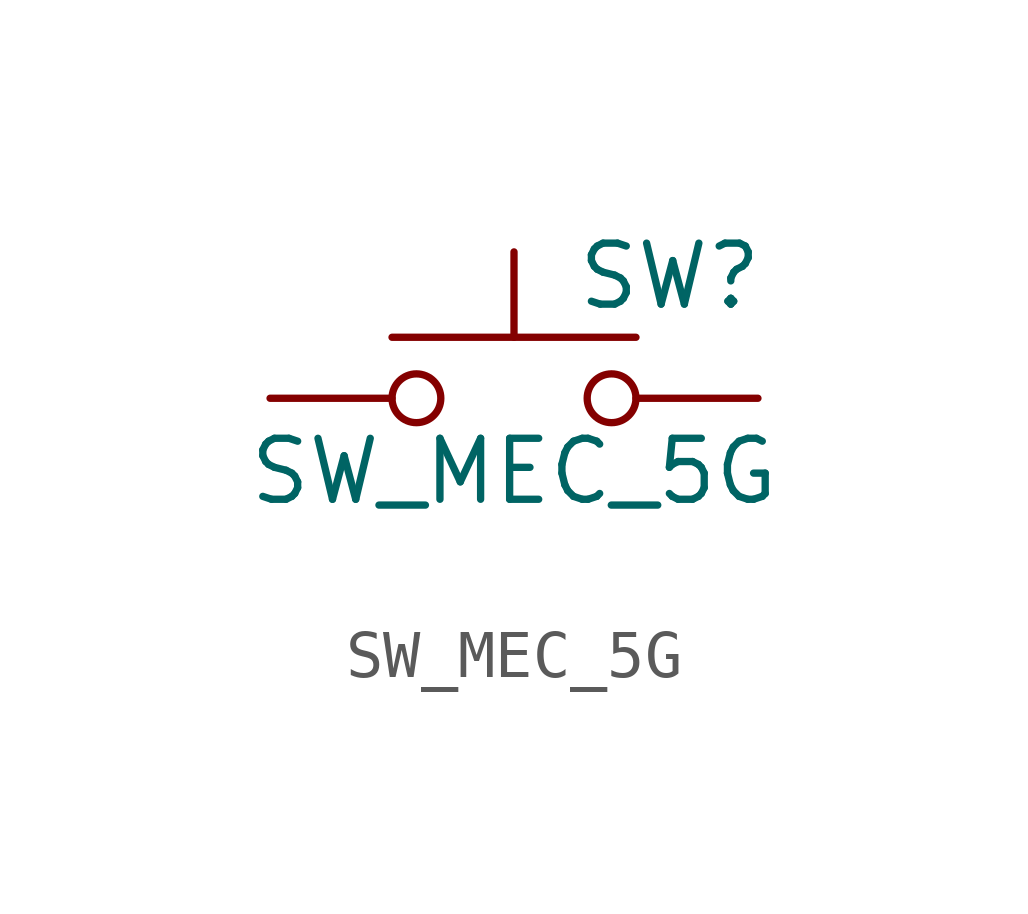
<source format=kicad_sym>
(kicad_symbol_lib
  (version 20231120)
  (generator "kicad_symbol_editor")
  (generator_version "8.0")
  (symbol "SW_MEC_5G"
    (pin_numbers hide)
    (pin_names
      (offset 1.016) hide)
    (property "Reference" "SW"
      (at 1.27 2.54 0)
      (effects (font (size 1.27 1.27)) (justify left)))
    (property "Value" "SW_MEC_5G"
      (at 0 -1.524 0)
      (effects (font (size 1.27 1.27))))
    (symbol "SW_MEC_5G_0_1"
      (circle (center -2.032 0) (radius 0.508) (stroke (width 0) (type default)) (fill (type none)))
      (polyline (pts (xy 0 1.27) (xy 0 3.048)) (stroke (width 0) (type default)) (fill (type none)))
      (polyline (pts (xy 2.54 1.27) (xy -2.54 1.27)) (stroke (width 0) (type default)) (fill (type none)))
      (circle (center 2.032 0) (radius 0.508) (stroke (width 0) (type default)) (fill (type none)))
      (pin passive line (at -5.08 0 0) (length 2.54) (name "A" (effects (font (size 1.27 1.27)))) (number "1" (effects (font (size 1.27 1.27)))))
      (pin passive line (at 5.08 0 180) (length 2.54) (name "B" (effects (font (size 1.27 1.27)))) (number "3" (effects (font (size 1.27 1.27))))))
    (symbol "SW_MEC_5G_1_1"
      (pin no_connect line (at -5.08 -3.81 0) (length 2.54) hide (name "A" (effects (font (size 1.27 1.27)))) (number "2" (effects (font (size 1.27 1.27)))))
      (pin no_connect line (at 5.08 -3.81 180) (length 2.54) hide (name "B" (effects (font (size 1.27 1.27)))) (number "4" (effects (font (size 1.27 1.27))))))))
</source>
